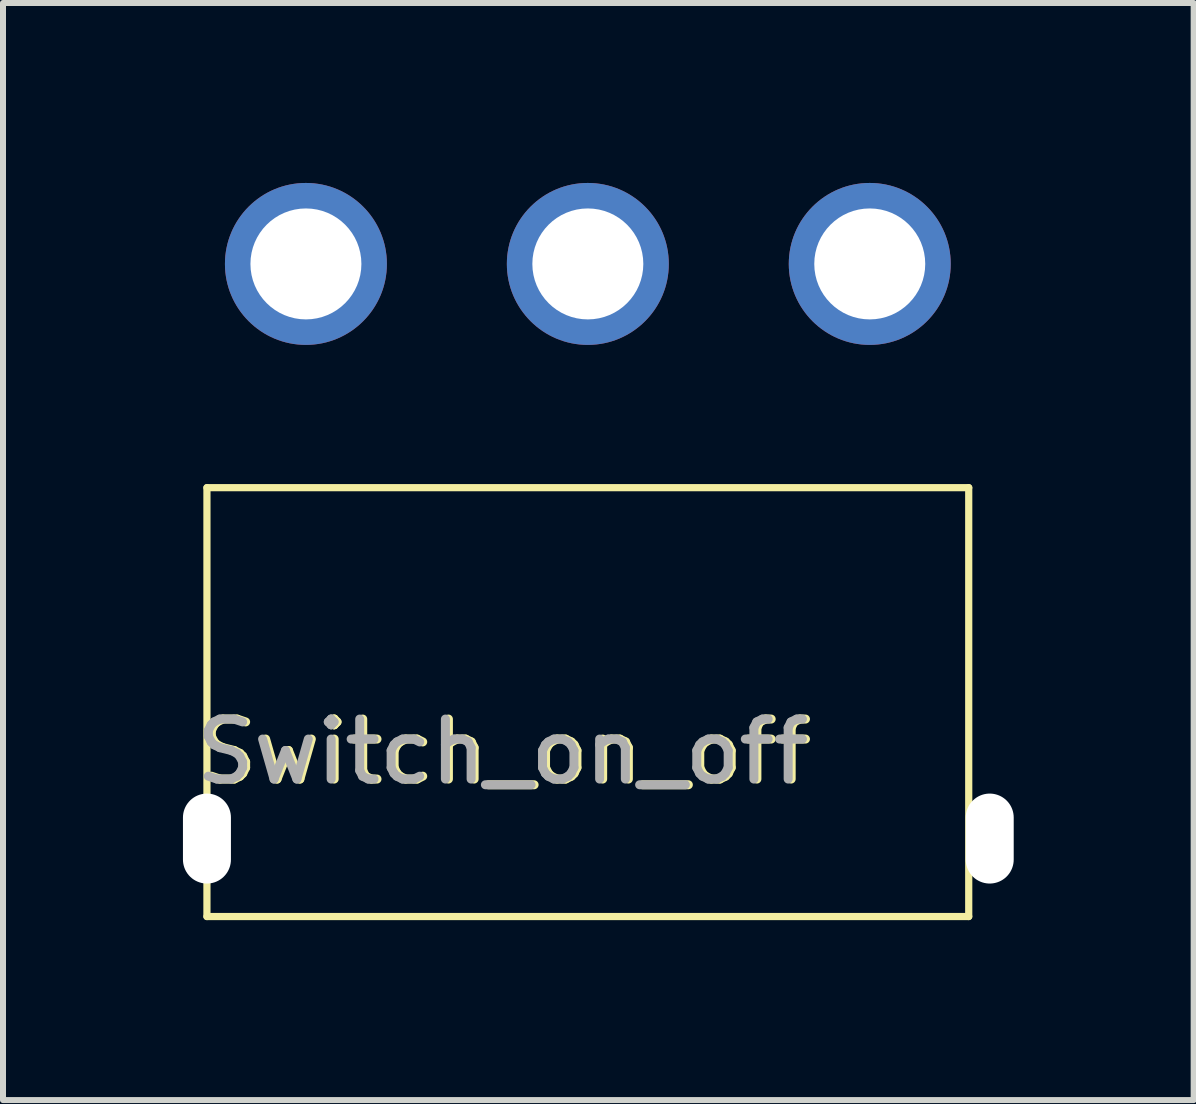
<source format=kicad_pcb>
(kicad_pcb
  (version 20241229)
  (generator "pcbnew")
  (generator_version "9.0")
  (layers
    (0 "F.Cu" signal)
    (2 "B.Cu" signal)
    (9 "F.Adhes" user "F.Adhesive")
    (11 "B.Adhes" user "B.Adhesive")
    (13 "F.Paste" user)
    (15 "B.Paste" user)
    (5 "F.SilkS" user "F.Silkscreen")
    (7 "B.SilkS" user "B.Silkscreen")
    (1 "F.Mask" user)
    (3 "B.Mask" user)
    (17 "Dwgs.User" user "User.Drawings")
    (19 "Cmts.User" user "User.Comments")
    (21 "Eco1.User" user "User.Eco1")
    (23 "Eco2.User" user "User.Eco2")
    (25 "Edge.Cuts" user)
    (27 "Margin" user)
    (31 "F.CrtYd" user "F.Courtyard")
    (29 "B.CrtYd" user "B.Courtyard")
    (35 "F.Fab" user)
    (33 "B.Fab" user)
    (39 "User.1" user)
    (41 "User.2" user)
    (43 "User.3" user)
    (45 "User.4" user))
  (footprint "Switch_on_off"
    (layer "F.Cu")
    (at 13.1 10.88)
    (property "Reference" "Switch_on_off" (at -7.722 -1.397 0) (unlocked yes) (layer "F.SilkS") (effects (font (size 1 1) (thickness 0.15))))
    (attr smd)
    (fp_line (start -12.7 -5.8) (end 0 -5.8) (stroke (width 0.12) (type solid)) (layer "F.SilkS"))
    (fp_line (start -12.7 1.35) (end -12.7 -5.8) (stroke (width 0.12) (type solid)) (layer "F.SilkS"))
    (fp_line (start 0 -5.8) (end 0 1.35) (stroke (width 0.12) (type solid)) (layer "F.SilkS"))
    (fp_line (start 0 1.35) (end -12.7 1.35) (stroke (width 0.12) (type solid)) (layer "F.SilkS"))
    (fp_text user "${REFERENCE}" (at -7.772 -1.397 0) (unlocked yes) (layer "F.Fab") (effects (font (size 1 1) (thickness 0.15))))
    (pad "" np_thru_hole oval (at -12.7 0.05) (size 0.8 1.5) (drill oval 0.8 1.5) (layers "*.Cu" "*.Mask"))
    (pad "" thru_hole circle (at -11.05 -9.53) (size 2.7 2.7) (drill 1.85) (layers "*.Cu" "*.Mask"))
    (pad "" np_thru_hole oval (at 0.35 0.05) (size 0.8 1.5) (drill oval 0.8 1.5) (layers "*.Cu" "*.Mask"))
    (pad "1" thru_hole circle (at -6.35 -9.53) (size 2.7 2.7) (drill 1.85) (layers "*.Cu" "*.Mask"))
    (pad "3" thru_hole circle (at -1.65 -9.53) (size 2.7 2.7) (drill 1.85) (layers "*.Cu" "*.Mask")))
  (gr_rect
    (start -3 -3)
    (end 16.85 15.29)
    (stroke (width 0.1) (type default))
    (fill no)
    (layer "Edge.Cuts")))
</source>
